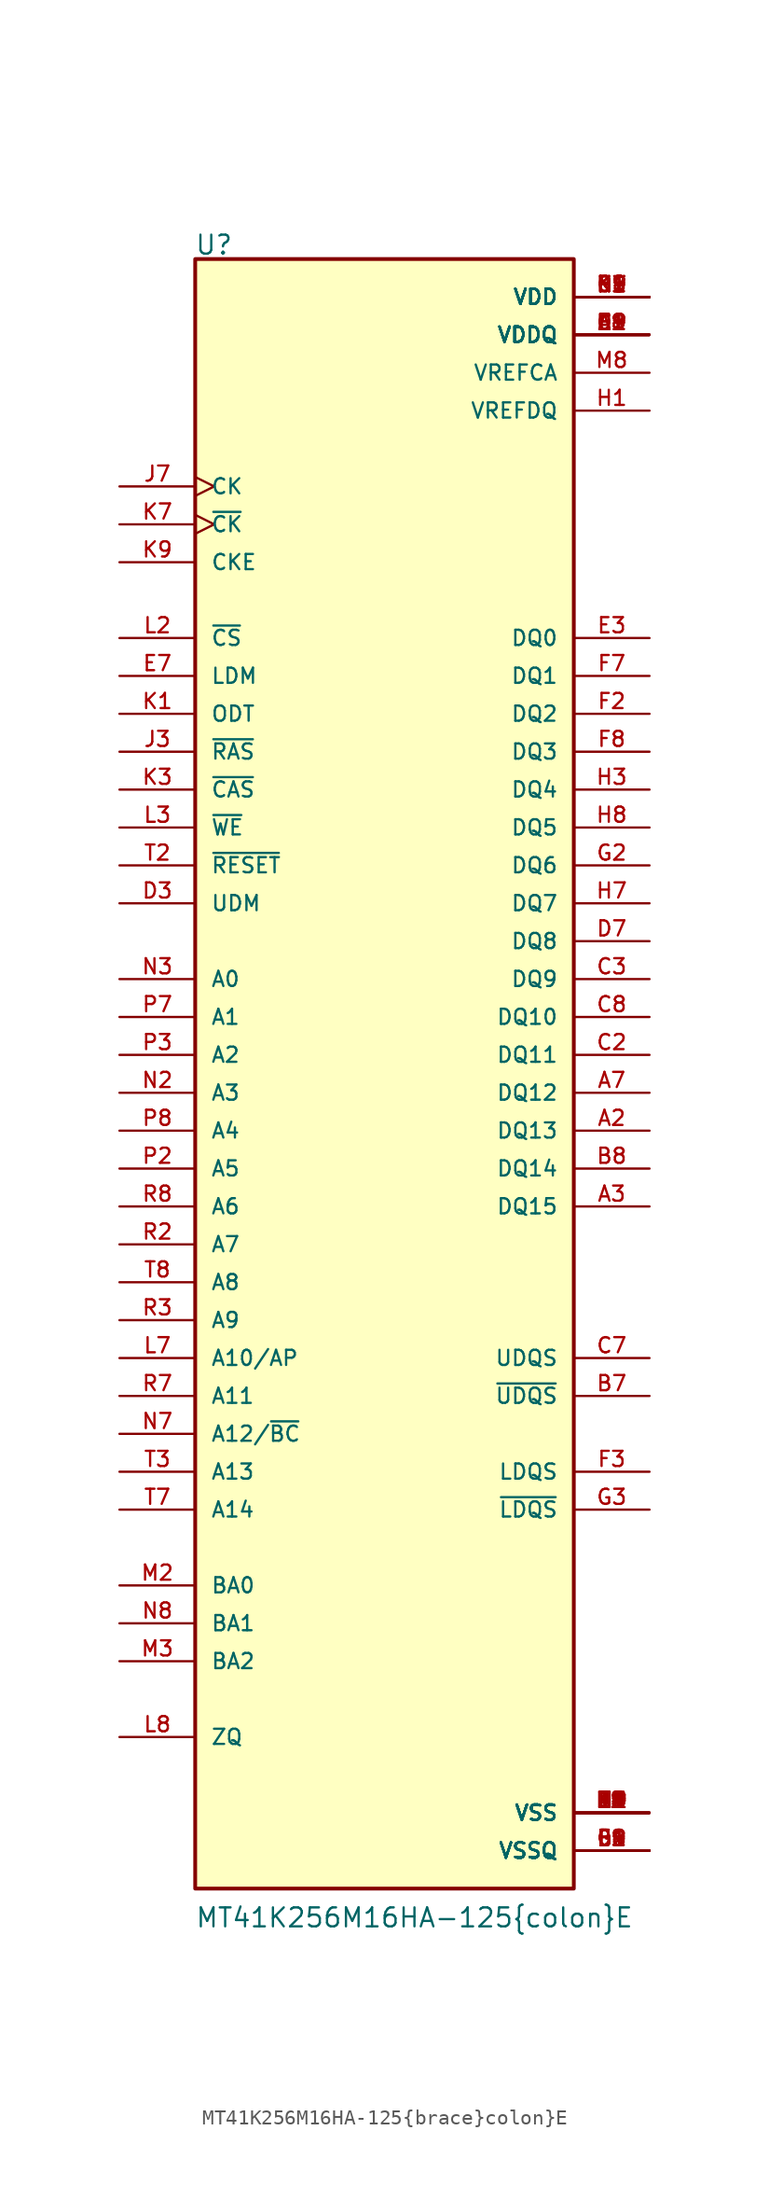
<source format=kicad_sym>
(kicad_symbol_lib
  (version 20211014)
  (generator kicad_symbol_editor)
  (symbol "MT41K256M16HA-125{brace}colon}E"
    (pin_names
      (offset 1.016))
    (property "Reference" "U"
      (at -12.751 56.083 0)
      (effects (font (size 1.27 1.27)) (justify left bottom)))
    (property "Value" "MT41K256M16HA-125{brace}colon}E"
      (at -12.725 -56.032 0)
      (effects (font (size 1.27 1.27)) (justify left bottom)))
    (property "ki_locked" ""
      (at 0 0 0)
      (effects (font (size 1.27 1.27))))
    (symbol "MT41K256M16HA-125{brace}colon}E_0_0"
      (rectangle (start -12.7 -53.34) (end 12.7 55.88) (stroke (width 0.254) (type default) (color 0 0 0 0)) (fill (type background)))
      (pin power_in line (at 17.78 50.8 180) (length 5.08) (name "VDDQ" (effects (font (size 1.016 1.016)))) (number "A1" (effects (font (size 1.016 1.016)))))
      (pin bidirectional line (at 17.78 -2.54 180) (length 5.08) (name "DQ13" (effects (font (size 1.016 1.016)))) (number "A2" (effects (font (size 1.016 1.016)))))
      (pin bidirectional line (at 17.78 -7.62 180) (length 5.08) (name "DQ15" (effects (font (size 1.016 1.016)))) (number "A3" (effects (font (size 1.016 1.016)))))
      (pin bidirectional line (at 17.78 0 180) (length 5.08) (name "DQ12" (effects (font (size 1.016 1.016)))) (number "A7" (effects (font (size 1.016 1.016)))))
      (pin power_in line (at 17.78 50.8 180) (length 5.08) (name "VDDQ" (effects (font (size 1.016 1.016)))) (number "A8" (effects (font (size 1.016 1.016)))))
      (pin power_in line (at 17.78 -48.26 180) (length 5.08) (name "VSS" (effects (font (size 1.016 1.016)))) (number "A9" (effects (font (size 1.016 1.016)))))
      (pin power_in line (at 17.78 -50.8 180) (length 5.08) (name "VSSQ" (effects (font (size 1.016 1.016)))) (number "B1" (effects (font (size 1.016 1.016)))))
      (pin power_in line (at 17.78 53.34 180) (length 5.08) (name "VDD" (effects (font (size 1.016 1.016)))) (number "B2" (effects (font (size 1.016 1.016)))))
      (pin power_in line (at 17.78 -48.26 180) (length 5.08) (name "VSS" (effects (font (size 1.016 1.016)))) (number "B3" (effects (font (size 1.016 1.016)))))
      (pin bidirectional line (at 17.78 -20.32 180) (length 5.08) (name "~{UDQS}" (effects (font (size 1.016 1.016)))) (number "B7" (effects (font (size 1.016 1.016)))))
      (pin bidirectional line (at 17.78 -5.08 180) (length 5.08) (name "DQ14" (effects (font (size 1.016 1.016)))) (number "B8" (effects (font (size 1.016 1.016)))))
      (pin power_in line (at 17.78 -50.8 180) (length 5.08) (name "VSSQ" (effects (font (size 1.016 1.016)))) (number "B9" (effects (font (size 1.016 1.016)))))
      (pin power_in line (at 17.78 50.8 180) (length 5.08) (name "VDDQ" (effects (font (size 1.016 1.016)))) (number "C1" (effects (font (size 1.016 1.016)))))
      (pin bidirectional line (at 17.78 2.54 180) (length 5.08) (name "DQ11" (effects (font (size 1.016 1.016)))) (number "C2" (effects (font (size 1.016 1.016)))))
      (pin bidirectional line (at 17.78 7.62 180) (length 5.08) (name "DQ9" (effects (font (size 1.016 1.016)))) (number "C3" (effects (font (size 1.016 1.016)))))
      (pin bidirectional line (at 17.78 -17.78 180) (length 5.08) (name "UDQS" (effects (font (size 1.016 1.016)))) (number "C7" (effects (font (size 1.016 1.016)))))
      (pin bidirectional line (at 17.78 5.08 180) (length 5.08) (name "DQ10" (effects (font (size 1.016 1.016)))) (number "C8" (effects (font (size 1.016 1.016)))))
      (pin power_in line (at 17.78 50.8 180) (length 5.08) (name "VDDQ" (effects (font (size 1.016 1.016)))) (number "C9" (effects (font (size 1.016 1.016)))))
      (pin power_in line (at 17.78 -50.8 180) (length 5.08) (name "VSSQ" (effects (font (size 1.016 1.016)))) (number "D1" (effects (font (size 1.016 1.016)))))
      (pin power_in line (at 17.78 50.8 180) (length 5.08) (name "VDDQ" (effects (font (size 1.016 1.016)))) (number "D2" (effects (font (size 1.016 1.016)))))
      (pin input line (at -17.78 12.7 0) (length 5.08) (name "UDM" (effects (font (size 1.016 1.016)))) (number "D3" (effects (font (size 1.016 1.016)))))
      (pin bidirectional line (at 17.78 10.16 180) (length 5.08) (name "DQ8" (effects (font (size 1.016 1.016)))) (number "D7" (effects (font (size 1.016 1.016)))))
      (pin power_in line (at 17.78 -50.8 180) (length 5.08) (name "VSSQ" (effects (font (size 1.016 1.016)))) (number "D8" (effects (font (size 1.016 1.016)))))
      (pin power_in line (at 17.78 53.34 180) (length 5.08) (name "VDD" (effects (font (size 1.016 1.016)))) (number "D9" (effects (font (size 1.016 1.016)))))
      (pin power_in line (at 17.78 -48.26 180) (length 5.08) (name "VSS" (effects (font (size 1.016 1.016)))) (number "E1" (effects (font (size 1.016 1.016)))))
      (pin power_in line (at 17.78 -50.8 180) (length 5.08) (name "VSSQ" (effects (font (size 1.016 1.016)))) (number "E2" (effects (font (size 1.016 1.016)))))
      (pin bidirectional line (at 17.78 30.48 180) (length 5.08) (name "DQ0" (effects (font (size 1.016 1.016)))) (number "E3" (effects (font (size 1.016 1.016)))))
      (pin input line (at -17.78 27.94 0) (length 5.08) (name "LDM" (effects (font (size 1.016 1.016)))) (number "E7" (effects (font (size 1.016 1.016)))))
      (pin power_in line (at 17.78 -50.8 180) (length 5.08) (name "VSSQ" (effects (font (size 1.016 1.016)))) (number "E8" (effects (font (size 1.016 1.016)))))
      (pin power_in line (at 17.78 50.8 180) (length 5.08) (name "VDDQ" (effects (font (size 1.016 1.016)))) (number "E9" (effects (font (size 1.016 1.016)))))
      (pin power_in line (at 17.78 50.8 180) (length 5.08) (name "VDDQ" (effects (font (size 1.016 1.016)))) (number "F1" (effects (font (size 1.016 1.016)))))
      (pin bidirectional line (at 17.78 25.4 180) (length 5.08) (name "DQ2" (effects (font (size 1.016 1.016)))) (number "F2" (effects (font (size 1.016 1.016)))))
      (pin bidirectional line (at 17.78 -25.4 180) (length 5.08) (name "LDQS" (effects (font (size 1.016 1.016)))) (number "F3" (effects (font (size 1.016 1.016)))))
      (pin bidirectional line (at 17.78 27.94 180) (length 5.08) (name "DQ1" (effects (font (size 1.016 1.016)))) (number "F7" (effects (font (size 1.016 1.016)))))
      (pin bidirectional line (at 17.78 22.86 180) (length 5.08) (name "DQ3" (effects (font (size 1.016 1.016)))) (number "F8" (effects (font (size 1.016 1.016)))))
      (pin power_in line (at 17.78 -50.8 180) (length 5.08) (name "VSSQ" (effects (font (size 1.016 1.016)))) (number "F9" (effects (font (size 1.016 1.016)))))
      (pin power_in line (at 17.78 -50.8 180) (length 5.08) (name "VSSQ" (effects (font (size 1.016 1.016)))) (number "G1" (effects (font (size 1.016 1.016)))))
      (pin bidirectional line (at 17.78 15.24 180) (length 5.08) (name "DQ6" (effects (font (size 1.016 1.016)))) (number "G2" (effects (font (size 1.016 1.016)))))
      (pin bidirectional line (at 17.78 -27.94 180) (length 5.08) (name "~{LDQS}" (effects (font (size 1.016 1.016)))) (number "G3" (effects (font (size 1.016 1.016)))))
      (pin power_in line (at 17.78 53.34 180) (length 5.08) (name "VDD" (effects (font (size 1.016 1.016)))) (number "G7" (effects (font (size 1.016 1.016)))))
      (pin power_in line (at 17.78 -48.26 180) (length 5.08) (name "VSS" (effects (font (size 1.016 1.016)))) (number "G8" (effects (font (size 1.016 1.016)))))
      (pin power_in line (at 17.78 -50.8 180) (length 5.08) (name "VSSQ" (effects (font (size 1.016 1.016)))) (number "G9" (effects (font (size 1.016 1.016)))))
      (pin power_in line (at 17.78 45.72 180) (length 5.08) (name "VREFDQ" (effects (font (size 1.016 1.016)))) (number "H1" (effects (font (size 1.016 1.016)))))
      (pin power_in line (at 17.78 50.8 180) (length 5.08) (name "VDDQ" (effects (font (size 1.016 1.016)))) (number "H2" (effects (font (size 1.016 1.016)))))
      (pin bidirectional line (at 17.78 20.32 180) (length 5.08) (name "DQ4" (effects (font (size 1.016 1.016)))) (number "H3" (effects (font (size 1.016 1.016)))))
      (pin bidirectional line (at 17.78 12.7 180) (length 5.08) (name "DQ7" (effects (font (size 1.016 1.016)))) (number "H7" (effects (font (size 1.016 1.016)))))
      (pin bidirectional line (at 17.78 17.78 180) (length 5.08) (name "DQ5" (effects (font (size 1.016 1.016)))) (number "H8" (effects (font (size 1.016 1.016)))))
      (pin power_in line (at 17.78 50.8 180) (length 5.08) (name "VDDQ" (effects (font (size 1.016 1.016)))) (number "H9" (effects (font (size 1.016 1.016)))))
      (pin power_in line (at 17.78 -48.26 180) (length 5.08) (name "VSS" (effects (font (size 1.016 1.016)))) (number "J2" (effects (font (size 1.016 1.016)))))
      (pin input line (at -17.78 22.86 0) (length 5.08) (name "~{RAS}" (effects (font (size 1.016 1.016)))) (number "J3" (effects (font (size 1.016 1.016)))))
      (pin input clock (at -17.78 40.64 0) (length 5.08) (name "CK" (effects (font (size 1.016 1.016)))) (number "J7" (effects (font (size 1.016 1.016)))))
      (pin power_in line (at 17.78 -48.26 180) (length 5.08) (name "VSS" (effects (font (size 1.016 1.016)))) (number "J8" (effects (font (size 1.016 1.016)))))
      (pin input line (at -17.78 25.4 0) (length 5.08) (name "ODT" (effects (font (size 1.016 1.016)))) (number "K1" (effects (font (size 1.016 1.016)))))
      (pin power_in line (at 17.78 53.34 180) (length 5.08) (name "VDD" (effects (font (size 1.016 1.016)))) (number "K2" (effects (font (size 1.016 1.016)))))
      (pin input line (at -17.78 20.32 0) (length 5.08) (name "~{CAS}" (effects (font (size 1.016 1.016)))) (number "K3" (effects (font (size 1.016 1.016)))))
      (pin input clock (at -17.78 38.1 0) (length 5.08) (name "~{CK}" (effects (font (size 1.016 1.016)))) (number "K7" (effects (font (size 1.016 1.016)))))
      (pin power_in line (at 17.78 53.34 180) (length 5.08) (name "VDD" (effects (font (size 1.016 1.016)))) (number "K8" (effects (font (size 1.016 1.016)))))
      (pin input line (at -17.78 35.56 0) (length 5.08) (name "CKE" (effects (font (size 1.016 1.016)))) (number "K9" (effects (font (size 1.016 1.016)))))
      (pin input line (at -17.78 30.48 0) (length 5.08) (name "~{CS}" (effects (font (size 1.016 1.016)))) (number "L2" (effects (font (size 1.016 1.016)))))
      (pin input line (at -17.78 17.78 0) (length 5.08) (name "~{WE}" (effects (font (size 1.016 1.016)))) (number "L3" (effects (font (size 1.016 1.016)))))
      (pin input line (at -17.78 -17.78 0) (length 5.08) (name "A10/AP" (effects (font (size 1.016 1.016)))) (number "L7" (effects (font (size 1.016 1.016)))))
      (pin passive line (at -17.78 -43.18 0) (length 5.08) (name "ZQ" (effects (font (size 1.016 1.016)))) (number "L8" (effects (font (size 1.016 1.016)))))
      (pin power_in line (at 17.78 -48.26 180) (length 5.08) (name "VSS" (effects (font (size 1.016 1.016)))) (number "M1" (effects (font (size 1.016 1.016)))))
      (pin input line (at -17.78 -33.02 0) (length 5.08) (name "BA0" (effects (font (size 1.016 1.016)))) (number "M2" (effects (font (size 1.016 1.016)))))
      (pin input line (at -17.78 -38.1 0) (length 5.08) (name "BA2" (effects (font (size 1.016 1.016)))) (number "M3" (effects (font (size 1.016 1.016)))))
      (pin power_in line (at 17.78 48.26 180) (length 5.08) (name "VREFCA" (effects (font (size 1.016 1.016)))) (number "M8" (effects (font (size 1.016 1.016)))))
      (pin power_in line (at 17.78 -48.26 180) (length 5.08) (name "VSS" (effects (font (size 1.016 1.016)))) (number "M9" (effects (font (size 1.016 1.016)))))
      (pin power_in line (at 17.78 53.34 180) (length 5.08) (name "VDD" (effects (font (size 1.016 1.016)))) (number "N1" (effects (font (size 1.016 1.016)))))
      (pin input line (at -17.78 0 0) (length 5.08) (name "A3" (effects (font (size 1.016 1.016)))) (number "N2" (effects (font (size 1.016 1.016)))))
      (pin input line (at -17.78 7.62 0) (length 5.08) (name "A0" (effects (font (size 1.016 1.016)))) (number "N3" (effects (font (size 1.016 1.016)))))
      (pin input line (at -17.78 -22.86 0) (length 5.08) (name "A12/~{BC}" (effects (font (size 1.016 1.016)))) (number "N7" (effects (font (size 1.016 1.016)))))
      (pin input line (at -17.78 -35.56 0) (length 5.08) (name "BA1" (effects (font (size 1.016 1.016)))) (number "N8" (effects (font (size 1.016 1.016)))))
      (pin power_in line (at 17.78 53.34 180) (length 5.08) (name "VDD" (effects (font (size 1.016 1.016)))) (number "N9" (effects (font (size 1.016 1.016)))))
      (pin power_in line (at 17.78 -48.26 180) (length 5.08) (name "VSS" (effects (font (size 1.016 1.016)))) (number "P1" (effects (font (size 1.016 1.016)))))
      (pin input line (at -17.78 -5.08 0) (length 5.08) (name "A5" (effects (font (size 1.016 1.016)))) (number "P2" (effects (font (size 1.016 1.016)))))
      (pin input line (at -17.78 2.54 0) (length 5.08) (name "A2" (effects (font (size 1.016 1.016)))) (number "P3" (effects (font (size 1.016 1.016)))))
      (pin input line (at -17.78 5.08 0) (length 5.08) (name "A1" (effects (font (size 1.016 1.016)))) (number "P7" (effects (font (size 1.016 1.016)))))
      (pin input line (at -17.78 -2.54 0) (length 5.08) (name "A4" (effects (font (size 1.016 1.016)))) (number "P8" (effects (font (size 1.016 1.016)))))
      (pin power_in line (at 17.78 -48.26 180) (length 5.08) (name "VSS" (effects (font (size 1.016 1.016)))) (number "P9" (effects (font (size 1.016 1.016)))))
      (pin power_in line (at 17.78 53.34 180) (length 5.08) (name "VDD" (effects (font (size 1.016 1.016)))) (number "R1" (effects (font (size 1.016 1.016)))))
      (pin input line (at -17.78 -10.16 0) (length 5.08) (name "A7" (effects (font (size 1.016 1.016)))) (number "R2" (effects (font (size 1.016 1.016)))))
      (pin input line (at -17.78 -15.24 0) (length 5.08) (name "A9" (effects (font (size 1.016 1.016)))) (number "R3" (effects (font (size 1.016 1.016)))))
      (pin input line (at -17.78 -20.32 0) (length 5.08) (name "A11" (effects (font (size 1.016 1.016)))) (number "R7" (effects (font (size 1.016 1.016)))))
      (pin input line (at -17.78 -7.62 0) (length 5.08) (name "A6" (effects (font (size 1.016 1.016)))) (number "R8" (effects (font (size 1.016 1.016)))))
      (pin power_in line (at 17.78 53.34 180) (length 5.08) (name "VDD" (effects (font (size 1.016 1.016)))) (number "R9" (effects (font (size 1.016 1.016)))))
      (pin power_in line (at 17.78 -48.26 180) (length 5.08) (name "VSS" (effects (font (size 1.016 1.016)))) (number "T1" (effects (font (size 1.016 1.016)))))
      (pin input line (at -17.78 15.24 0) (length 5.08) (name "~{RESET}" (effects (font (size 1.016 1.016)))) (number "T2" (effects (font (size 1.016 1.016)))))
      (pin input line (at -17.78 -25.4 0) (length 5.08) (name "A13" (effects (font (size 1.016 1.016)))) (number "T3" (effects (font (size 1.016 1.016)))))
      (pin input line (at -17.78 -27.94 0) (length 5.08) (name "A14" (effects (font (size 1.016 1.016)))) (number "T7" (effects (font (size 1.016 1.016)))))
      (pin input line (at -17.78 -12.7 0) (length 5.08) (name "A8" (effects (font (size 1.016 1.016)))) (number "T8" (effects (font (size 1.016 1.016)))))
      (pin power_in line (at 17.78 -48.26 180) (length 5.08) (name "VSS" (effects (font (size 1.016 1.016)))) (number "T9" (effects (font (size 1.016 1.016))))))))
</source>
